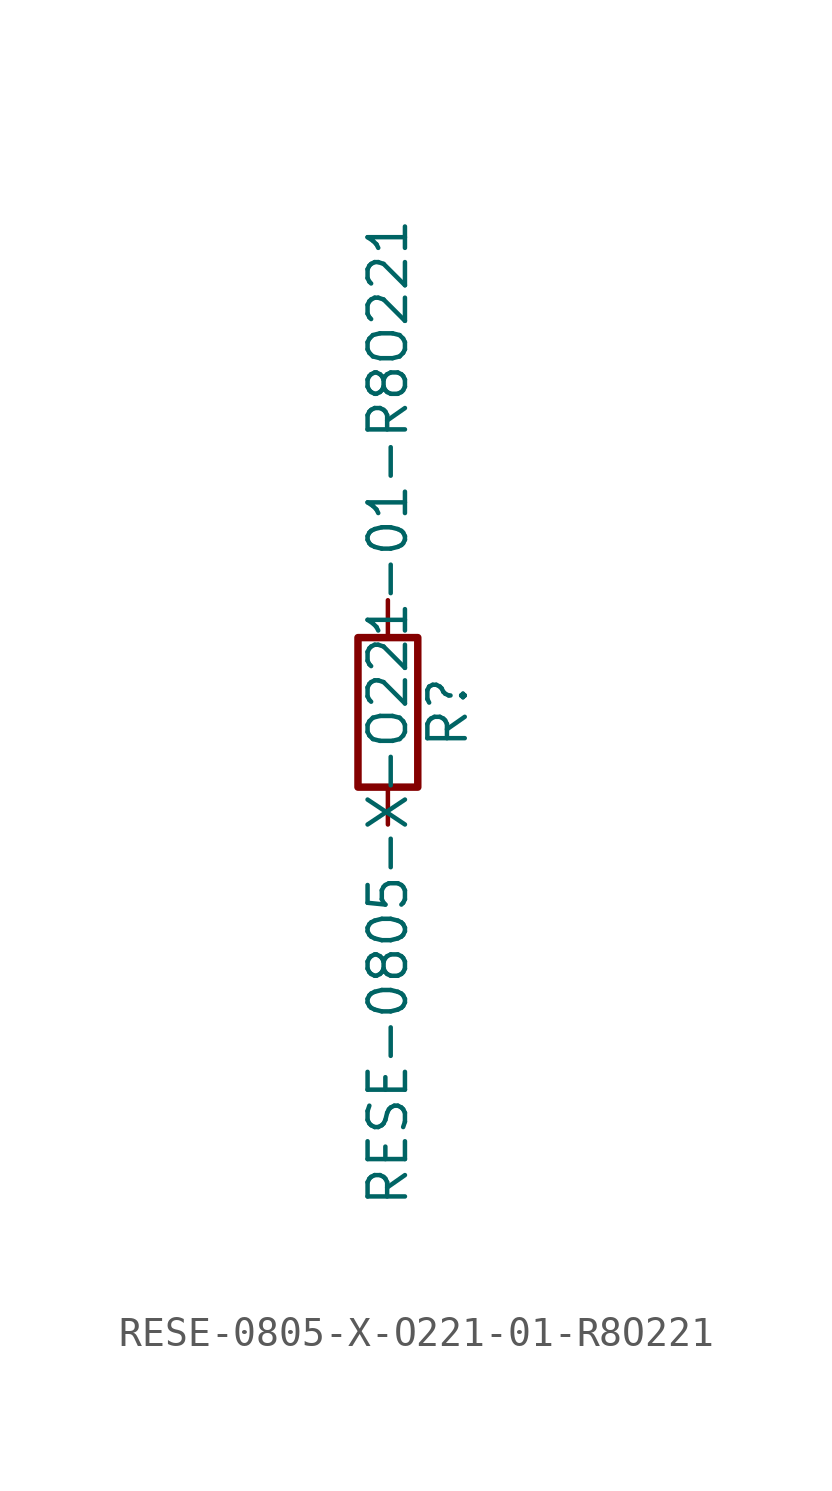
<source format=kicad_sym>
(kicad_symbol_lib
  (version 20211014)
  (generator kicad_symbol_editor)
  (symbol "RESE-0805-X-O221-01-R8O221"
    (pin_numbers hide)
    (pin_names
      (offset 0))
    (property "Reference" "R"
      (at 2.032 0 90)
      (effects (font (size 1.27 1.27))))
    (property "Value" "RESE-0805-X-O221-01-R8O221"
      (at 0 0 90)
      (effects (font (size 1.27 1.27))))
    (symbol "RESE-0805-X-O221-01-R8O221_0_1"
      (rectangle (start -1.016 -2.54) (end 1.016 2.54) (stroke (width 0.254) (type default) (color 0 0 0 0)) (fill (type none))))
    (symbol "RESE-0805-X-O221-01-R8O221_1_1"
      (pin passive line (at 0 3.81 270) (length 1.27) (name "~" (effects (font (size 1.27 1.27)))) (number "1" (effects (font (size 1.27 1.27)))))
      (pin passive line (at 0 -3.81 90) (length 1.27) (name "~" (effects (font (size 1.27 1.27)))) (number "2" (effects (font (size 1.27 1.27))))))))
</source>
